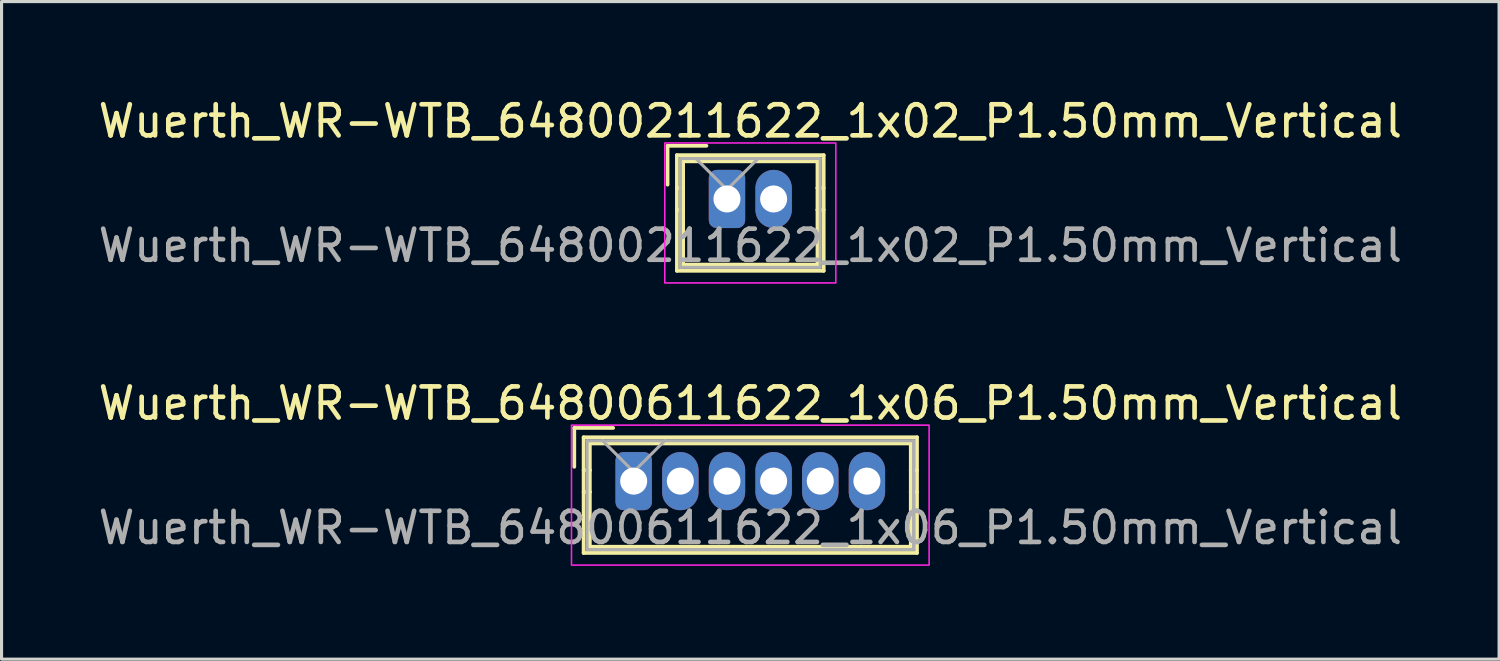
<source format=kicad_pcb>
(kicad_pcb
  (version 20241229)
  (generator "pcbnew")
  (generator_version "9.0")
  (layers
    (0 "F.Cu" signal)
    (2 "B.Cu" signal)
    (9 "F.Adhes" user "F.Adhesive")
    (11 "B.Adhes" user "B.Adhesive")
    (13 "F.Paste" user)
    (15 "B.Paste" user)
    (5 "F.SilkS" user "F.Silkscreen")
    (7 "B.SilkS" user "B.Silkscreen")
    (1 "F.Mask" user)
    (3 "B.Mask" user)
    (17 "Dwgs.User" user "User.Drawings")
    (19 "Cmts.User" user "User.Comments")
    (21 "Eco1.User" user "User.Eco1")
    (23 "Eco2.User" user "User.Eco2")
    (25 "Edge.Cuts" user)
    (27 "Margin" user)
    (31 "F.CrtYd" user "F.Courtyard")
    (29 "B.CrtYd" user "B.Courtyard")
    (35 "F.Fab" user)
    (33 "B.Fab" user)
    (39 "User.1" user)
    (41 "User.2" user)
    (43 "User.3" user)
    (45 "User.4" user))
  (footprint "Wuerth_WR-WTB_64800211622_1x02_P1.50mm_Vertical"
    (layer "F.Cu")
    (at 20.327 3.348)
    (property "Reference" "Wuerth_WR-WTB_64800211622_1x02_P1.50mm_Vertical" (at 0.75 -2.5 0) (layer "F.SilkS") (effects (font (size 1 1) (thickness 0.15))))
    (attr through_hole)
    (fp_line (start -1.91 -1.71) (end -1.91 -0.46) (stroke (width 0.12) (type solid)) (layer "F.SilkS"))
    (fp_line (start -1.61 -1.41) (end -1.61 2.31) (stroke (width 0.12) (type solid)) (layer "F.SilkS"))
    (fp_line (start -1.61 -0.35) (end -1.41 -0.35) (stroke (width 0.12) (type solid)) (layer "F.SilkS"))
    (fp_line (start -1.61 2.31) (end 3.11 2.31) (stroke (width 0.12) (type solid)) (layer "F.SilkS"))
    (fp_line (start -1.41 -1.21) (end 2.91 -1.21) (stroke (width 0.12) (type solid)) (layer "F.SilkS"))
    (fp_line (start -1.41 -0.35) (end -1.41 -1.21) (stroke (width 0.12) (type solid)) (layer "F.SilkS"))
    (fp_line (start -1.41 -0.35) (end -1.41 0.35) (stroke (width 0.12) (type solid)) (layer "F.SilkS"))
    (fp_line (start -1.41 0.35) (end -1.61 0.35) (stroke (width 0.12) (type solid)) (layer "F.SilkS"))
    (fp_line (start -1.41 0.35) (end -1.41 2.11) (stroke (width 0.12) (type solid)) (layer "F.SilkS"))
    (fp_line (start -1.41 2.11) (end 2.91 2.11) (stroke (width 0.12) (type solid)) (layer "F.SilkS"))
    (fp_line (start -0.66 -1.71) (end -1.91 -1.71) (stroke (width 0.12) (type solid)) (layer "F.SilkS"))
    (fp_line (start 2.91 -1.21) (end 2.91 -0.35) (stroke (width 0.12) (type solid)) (layer "F.SilkS"))
    (fp_line (start 2.91 -0.35) (end 2.91 0.35) (stroke (width 0.12) (type solid)) (layer "F.SilkS"))
    (fp_line (start 2.91 -0.35) (end 3.11 -0.35) (stroke (width 0.12) (type solid)) (layer "F.SilkS"))
    (fp_line (start 2.91 0.35) (end 3.11 0.35) (stroke (width 0.12) (type solid)) (layer "F.SilkS"))
    (fp_line (start 2.91 2.11) (end 2.91 0.35) (stroke (width 0.12) (type solid)) (layer "F.SilkS"))
    (fp_line (start 3.11 -1.41) (end -1.61 -1.41) (stroke (width 0.12) (type solid)) (layer "F.SilkS"))
    (fp_line (start 3.11 2.31) (end 3.11 -1.41) (stroke (width 0.12) (type solid)) (layer "F.SilkS"))
    (fp_rect (start 3.5 2.7) (end -2 -1.8) (stroke (width 0.05) (type solid)) (fill no) (layer "F.CrtYd"))
    (fp_line (start -1.5 -1.3) (end -1.5 2.2) (stroke (width 0.1) (type solid)) (layer "F.Fab"))
    (fp_line (start -1.5 2.2) (end 3 2.2) (stroke (width 0.1) (type solid)) (layer "F.Fab"))
    (fp_line (start -1 -1.3) (end 0 -0.3) (stroke (width 0.1) (type solid)) (layer "F.Fab"))
    (fp_line (start 0 -0.3) (end 1 -1.3) (stroke (width 0.1) (type solid)) (layer "F.Fab"))
    (fp_line (start 3 -1.3) (end -1.5 -1.3) (stroke (width 0.1) (type solid)) (layer "F.Fab"))
    (fp_line (start 3 2.2) (end 3 -1.3) (stroke (width 0.1) (type solid)) (layer "F.Fab"))
    (fp_text user "${REFERENCE}" (at 0.75 1.5 0) (layer "F.Fab") (effects (font (size 1 1) (thickness 0.15))))
    (pad "1" thru_hole roundrect (at 0 0) (size 1.17 1.87) (drill 0.87) (layers "*.Cu" "*.Mask") (roundrect_rratio 0.214))
    (pad "2" thru_hole oval (at 1.5 0) (size 1.17 1.87) (drill 0.87) (layers "*.Cu" "*.Mask")))
  (footprint "Wuerth_WR-WTB_64800611622_1x06_P1.50mm_Vertical"
    (layer "F.Cu")
    (at 17.327 12.421)
    (property "Reference" "Wuerth_WR-WTB_64800611622_1x06_P1.50mm_Vertical" (at 3.75 -2.5 0) (layer "F.SilkS") (effects (font (size 1 1) (thickness 0.15))))
    (attr through_hole)
    (fp_line (start -1.91 -1.71) (end -1.91 -0.46) (stroke (width 0.12) (type solid)) (layer "F.SilkS"))
    (fp_line (start -1.61 -1.41) (end -1.61 2.31) (stroke (width 0.12) (type solid)) (layer "F.SilkS"))
    (fp_line (start -1.61 -0.35) (end -1.41 -0.35) (stroke (width 0.12) (type solid)) (layer "F.SilkS"))
    (fp_line (start -1.61 2.31) (end 9.11 2.31) (stroke (width 0.12) (type solid)) (layer "F.SilkS"))
    (fp_line (start -1.41 -1.21) (end 8.91 -1.21) (stroke (width 0.12) (type solid)) (layer "F.SilkS"))
    (fp_line (start -1.41 -0.35) (end -1.41 -1.21) (stroke (width 0.12) (type solid)) (layer "F.SilkS"))
    (fp_line (start -1.41 -0.35) (end -1.41 0.35) (stroke (width 0.12) (type solid)) (layer "F.SilkS"))
    (fp_line (start -1.41 0.35) (end -1.61 0.35) (stroke (width 0.12) (type solid)) (layer "F.SilkS"))
    (fp_line (start -1.41 0.35) (end -1.41 2.11) (stroke (width 0.12) (type solid)) (layer "F.SilkS"))
    (fp_line (start -1.41 2.11) (end 8.91 2.11) (stroke (width 0.12) (type solid)) (layer "F.SilkS"))
    (fp_line (start -0.66 -1.71) (end -1.91 -1.71) (stroke (width 0.12) (type solid)) (layer "F.SilkS"))
    (fp_line (start 8.91 -1.21) (end 8.91 -0.35) (stroke (width 0.12) (type solid)) (layer "F.SilkS"))
    (fp_line (start 8.91 -0.35) (end 8.91 0.35) (stroke (width 0.12) (type solid)) (layer "F.SilkS"))
    (fp_line (start 8.91 -0.35) (end 9.11 -0.35) (stroke (width 0.12) (type solid)) (layer "F.SilkS"))
    (fp_line (start 8.91 0.35) (end 9.11 0.35) (stroke (width 0.12) (type solid)) (layer "F.SilkS"))
    (fp_line (start 8.91 2.11) (end 8.91 0.35) (stroke (width 0.12) (type solid)) (layer "F.SilkS"))
    (fp_line (start 9.11 -1.41) (end -1.61 -1.41) (stroke (width 0.12) (type solid)) (layer "F.SilkS"))
    (fp_line (start 9.11 2.31) (end 9.11 -1.41) (stroke (width 0.12) (type solid)) (layer "F.SilkS"))
    (fp_rect (start 9.5 2.7) (end -2 -1.8) (stroke (width 0.05) (type solid)) (fill no) (layer "F.CrtYd"))
    (fp_line (start -1.5 -1.3) (end -1.5 2.2) (stroke (width 0.1) (type solid)) (layer "F.Fab"))
    (fp_line (start -1.5 2.2) (end 9 2.2) (stroke (width 0.1) (type solid)) (layer "F.Fab"))
    (fp_line (start -1 -1.3) (end 0 -0.3) (stroke (width 0.1) (type solid)) (layer "F.Fab"))
    (fp_line (start 0 -0.3) (end 1 -1.3) (stroke (width 0.1) (type solid)) (layer "F.Fab"))
    (fp_line (start 9 -1.3) (end -1.5 -1.3) (stroke (width 0.1) (type solid)) (layer "F.Fab"))
    (fp_line (start 9 2.2) (end 9 -1.3) (stroke (width 0.1) (type solid)) (layer "F.Fab"))
    (fp_text user "${REFERENCE}" (at 3.75 1.5 0) (layer "F.Fab") (effects (font (size 1 1) (thickness 0.15))))
    (pad "1" thru_hole roundrect (at 0 0) (size 1.17 1.87) (drill 0.87) (layers "*.Cu" "*.Mask") (roundrect_rratio 0.214))
    (pad "2" thru_hole oval (at 1.5 0) (size 1.17 1.87) (drill 0.87) (layers "*.Cu" "*.Mask"))
    (pad "3" thru_hole oval (at 3 0) (size 1.17 1.87) (drill 0.87) (layers "*.Cu" "*.Mask"))
    (pad "4" thru_hole oval (at 4.5 0) (size 1.17 1.87) (drill 0.87) (layers "*.Cu" "*.Mask"))
    (pad "5" thru_hole oval (at 6 0) (size 1.17 1.87) (drill 0.87) (layers "*.Cu" "*.Mask"))
    (pad "6" thru_hole oval (at 7.5 0) (size 1.17 1.87) (drill 0.87) (layers "*.Cu" "*.Mask")))
  (gr_rect
    (start -3 -3)
    (end 45.155 18.146)
    (stroke (width 0.1) (type default))
    (fill no)
    (layer "Edge.Cuts")))
</source>
